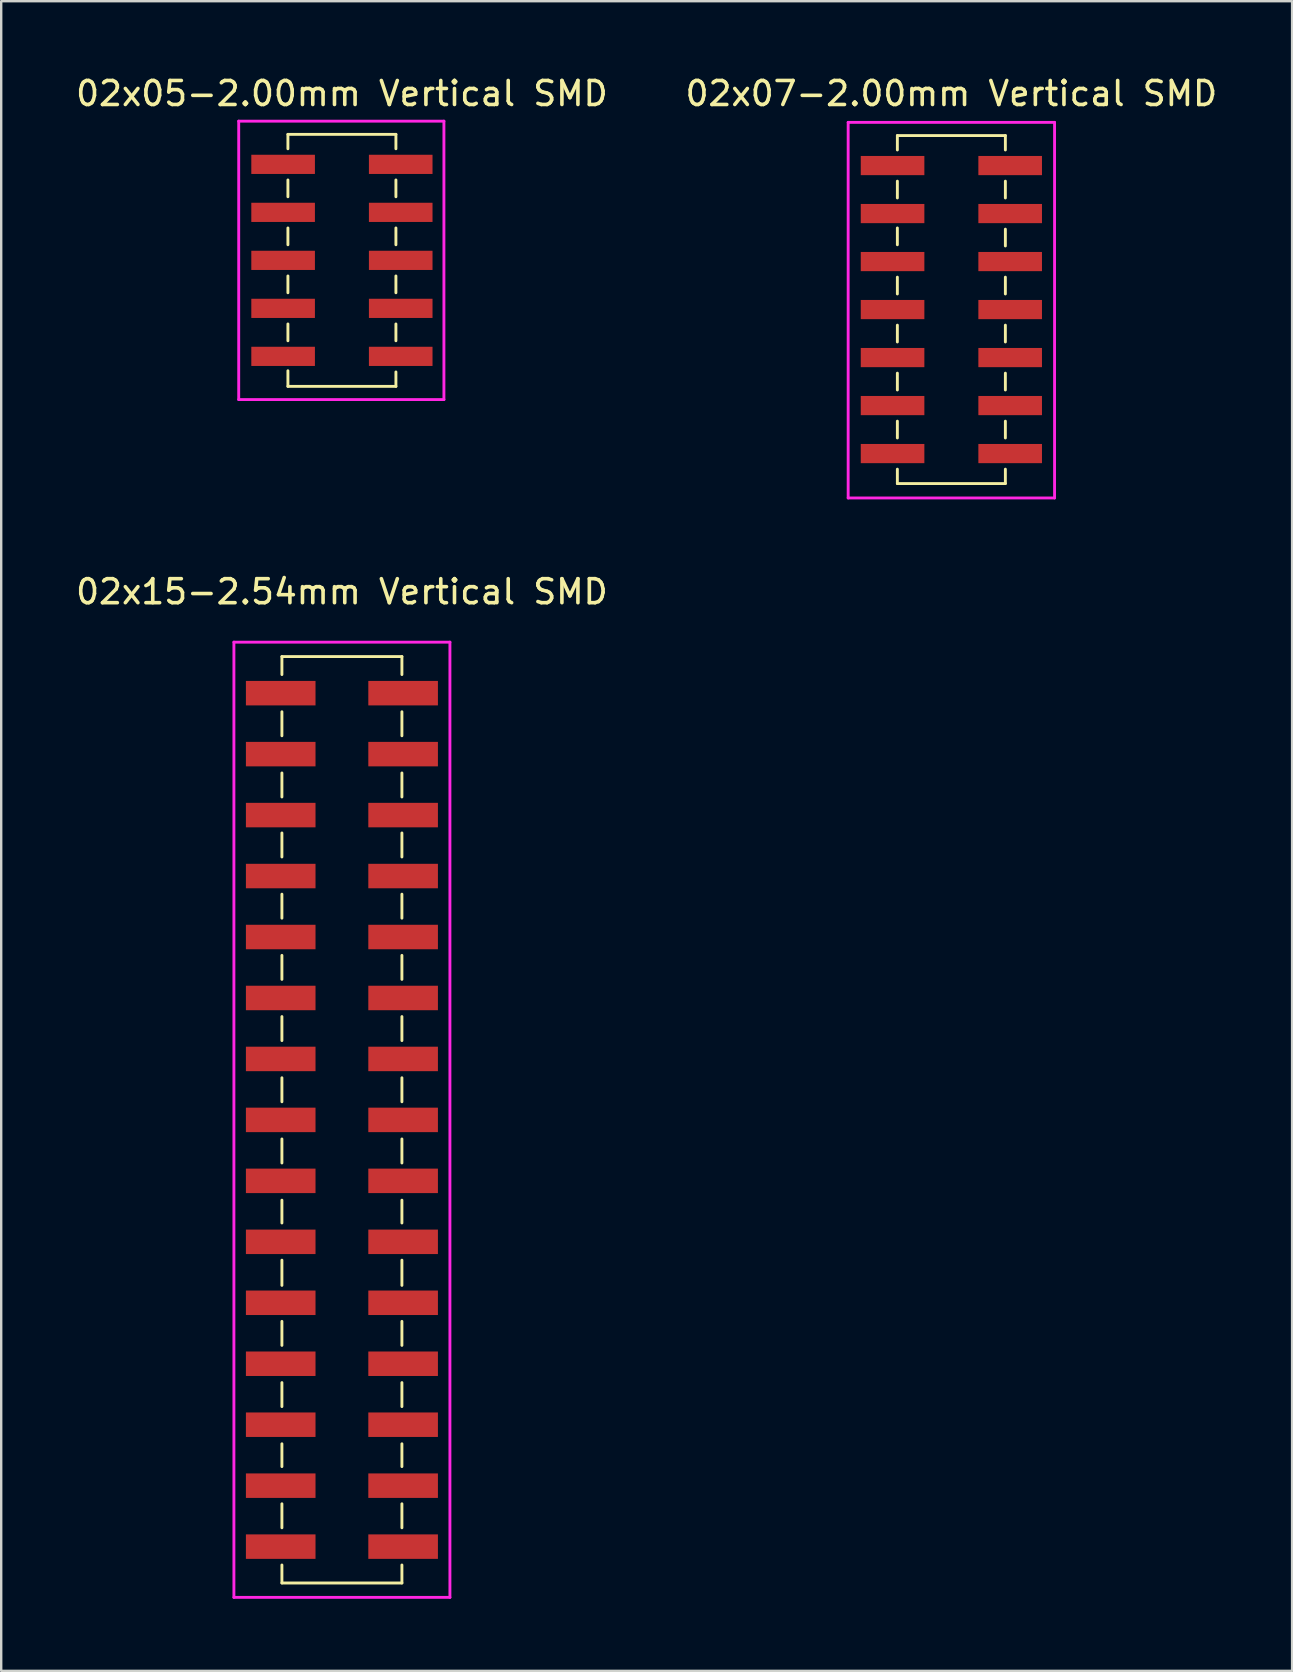
<source format=kicad_pcb>
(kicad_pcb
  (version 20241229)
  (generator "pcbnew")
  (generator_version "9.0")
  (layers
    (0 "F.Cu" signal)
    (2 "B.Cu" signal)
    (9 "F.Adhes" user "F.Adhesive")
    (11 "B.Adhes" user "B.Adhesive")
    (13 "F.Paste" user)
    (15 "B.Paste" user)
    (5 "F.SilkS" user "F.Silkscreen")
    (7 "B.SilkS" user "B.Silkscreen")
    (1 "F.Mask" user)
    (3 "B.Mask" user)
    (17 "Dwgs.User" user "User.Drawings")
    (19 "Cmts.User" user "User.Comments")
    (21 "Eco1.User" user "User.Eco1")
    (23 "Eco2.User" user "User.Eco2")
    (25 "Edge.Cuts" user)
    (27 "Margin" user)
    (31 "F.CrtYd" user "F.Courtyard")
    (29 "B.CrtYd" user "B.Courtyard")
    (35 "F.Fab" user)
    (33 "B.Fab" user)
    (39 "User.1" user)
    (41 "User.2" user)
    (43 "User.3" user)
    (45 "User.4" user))
  (footprint "02x05-2.00mm Vertical SMD"
    (layer "F.Cu")
    (at 11.196 7.798)
    (property "Reference" "02x05-2.00mm Vertical SMD" (at 0 -6.95 0) (layer "F.SilkS") (effects (font (size 1 1) (thickness 0.15))))
    (attr through_hole)
    (fp_line (start -2.25 -5.25) (end 2.25 -5.25) (stroke (width 0.12) (type solid)) (layer "F.SilkS"))
    (fp_line (start -2.25 -4.65) (end -2.25 -5.25) (stroke (width 0.12) (type solid)) (layer "F.SilkS"))
    (fp_line (start -2.25 -2.65) (end -2.25 -3.35) (stroke (width 0.12) (type solid)) (layer "F.SilkS"))
    (fp_line (start -2.25 -0.65) (end -2.25 -1.35) (stroke (width 0.12) (type solid)) (layer "F.SilkS"))
    (fp_line (start -2.25 1.35) (end -2.25 0.65) (stroke (width 0.12) (type solid)) (layer "F.SilkS"))
    (fp_line (start -2.25 3.35) (end -2.25 2.65) (stroke (width 0.12) (type solid)) (layer "F.SilkS"))
    (fp_line (start -2.25 4.6) (end -2.25 5.25) (stroke (width 0.12) (type solid)) (layer "F.SilkS"))
    (fp_line (start -2.25 5.25) (end 2.25 5.25) (stroke (width 0.12) (type solid)) (layer "F.SilkS"))
    (fp_line (start 2.25 -5.25) (end 2.25 -4.65) (stroke (width 0.12) (type solid)) (layer "F.SilkS"))
    (fp_line (start 2.25 -2.65) (end 2.25 -3.35) (stroke (width 0.12) (type solid)) (layer "F.SilkS"))
    (fp_line (start 2.25 -0.65) (end 2.25 -1.35) (stroke (width 0.12) (type solid)) (layer "F.SilkS"))
    (fp_line (start 2.25 1.35) (end 2.25 0.65) (stroke (width 0.12) (type solid)) (layer "F.SilkS"))
    (fp_line (start 2.25 3.35) (end 2.25 2.65) (stroke (width 0.12) (type solid)) (layer "F.SilkS"))
    (fp_line (start 2.25 5.25) (end 2.25 4.65) (stroke (width 0.12) (type solid)) (layer "F.SilkS"))
    (fp_line (start -4.3 -5.8) (end 4.25 -5.8) (stroke (width 0.12) (type solid)) (layer "F.CrtYd"))
    (fp_line (start -4.3 5.8) (end -4.3 -5.8) (stroke (width 0.12) (type solid)) (layer "F.CrtYd"))
    (fp_line (start 4.25 -5.8) (end 4.25 5.8) (stroke (width 0.12) (type solid)) (layer "F.CrtYd"))
    (fp_line (start 4.25 5.8) (end -4.3 5.8) (stroke (width 0.12) (type solid)) (layer "F.CrtYd"))
    (pad "1" smd rect (at -2.45 -4) (size 2.65 0.8) (layers "F.Cu" "F.Mask" "F.Paste"))
    (pad "2" smd rect (at 2.45 -4) (size 2.65 0.8) (layers "F.Cu" "F.Mask" "F.Paste"))
    (pad "3" smd rect (at -2.45 -2) (size 2.65 0.8) (layers "F.Cu" "F.Mask" "F.Paste"))
    (pad "4" smd rect (at 2.45 -2) (size 2.65 0.8) (layers "F.Cu" "F.Mask" "F.Paste"))
    (pad "5" smd rect (at -2.45 0) (size 2.65 0.8) (layers "F.Cu" "F.Mask" "F.Paste"))
    (pad "6" smd rect (at 2.45 0) (size 2.65 0.8) (layers "F.Cu" "F.Mask" "F.Paste"))
    (pad "7" smd rect (at -2.45 2) (size 2.65 0.8) (layers "F.Cu" "F.Mask" "F.Paste"))
    (pad "8" smd rect (at 2.45 2) (size 2.65 0.8) (layers "F.Cu" "F.Mask" "F.Paste"))
    (pad "9" smd rect (at -2.45 4) (size 2.65 0.8) (layers "F.Cu" "F.Mask" "F.Paste"))
    (pad "10" smd rect (at 2.45 4) (size 2.65 0.8) (layers "F.Cu" "F.Mask" "F.Paste")))
  (footprint "02x15-2.54mm Vertical SMD"
    (layer "F.Cu")
    (at 11.196 43.606)
    (property "Reference" "02x15-2.54mm Vertical SMD" (at 0 -22 0) (layer "F.SilkS") (effects (font (size 1 1) (thickness 0.15))))
    (attr through_hole)
    (fp_line (start -2.5 -19.3) (end 2.5 -19.3) (stroke (width 0.12) (type solid)) (layer "F.SilkS"))
    (fp_line (start -2.5 -18.55) (end -2.5 -19.3) (stroke (width 0.12) (type solid)) (layer "F.SilkS"))
    (fp_line (start -2.5 -16) (end -2.5 -17) (stroke (width 0.12) (type solid)) (layer "F.SilkS"))
    (fp_line (start -2.5 -13.45) (end -2.5 -14.45) (stroke (width 0.12) (type solid)) (layer "F.SilkS"))
    (fp_line (start -2.5 -10.95) (end -2.5 -11.95) (stroke (width 0.12) (type solid)) (layer "F.SilkS"))
    (fp_line (start -2.5 -8.4) (end -2.5 -9.4) (stroke (width 0.12) (type solid)) (layer "F.SilkS"))
    (fp_line (start -2.5 -5.85) (end -2.5 -6.85) (stroke (width 0.12) (type solid)) (layer "F.SilkS"))
    (fp_line (start -2.5 -3.3) (end -2.5 -4.3) (stroke (width 0.12) (type solid)) (layer "F.SilkS"))
    (fp_line (start -2.5 -0.75) (end -2.5 -1.75) (stroke (width 0.12) (type solid)) (layer "F.SilkS"))
    (fp_line (start -2.5 1.8) (end -2.5 0.8) (stroke (width 0.12) (type solid)) (layer "F.SilkS"))
    (fp_line (start -2.5 4.3) (end -2.5 3.35) (stroke (width 0.12) (type solid)) (layer "F.SilkS"))
    (fp_line (start -2.5 6.9) (end -2.5 5.85) (stroke (width 0.12) (type solid)) (layer "F.SilkS"))
    (fp_line (start -2.5 8.4) (end -2.5 9.4) (stroke (width 0.12) (type solid)) (layer "F.SilkS"))
    (fp_line (start -2.5 10.95) (end -2.5 11.95) (stroke (width 0.12) (type solid)) (layer "F.SilkS"))
    (fp_line (start -2.5 13.5) (end -2.5 14.45) (stroke (width 0.12) (type solid)) (layer "F.SilkS"))
    (fp_line (start -2.5 16) (end -2.5 17) (stroke (width 0.12) (type solid)) (layer "F.SilkS"))
    (fp_line (start -2.5 18.55) (end -2.5 19.3) (stroke (width 0.12) (type solid)) (layer "F.SilkS"))
    (fp_line (start -2.5 19.3) (end 2.5 19.3) (stroke (width 0.12) (type solid)) (layer "F.SilkS"))
    (fp_line (start 2.5 -19.3) (end 2.5 -18.55) (stroke (width 0.12) (type solid)) (layer "F.SilkS"))
    (fp_line (start 2.5 -16) (end 2.5 -17) (stroke (width 0.12) (type solid)) (layer "F.SilkS"))
    (fp_line (start 2.5 -13.45) (end 2.5 -14.45) (stroke (width 0.12) (type solid)) (layer "F.SilkS"))
    (fp_line (start 2.5 -10.95) (end 2.5 -11.95) (stroke (width 0.12) (type solid)) (layer "F.SilkS"))
    (fp_line (start 2.5 -8.4) (end 2.5 -9.4) (stroke (width 0.12) (type solid)) (layer "F.SilkS"))
    (fp_line (start 2.5 -5.85) (end 2.5 -6.85) (stroke (width 0.12) (type solid)) (layer "F.SilkS"))
    (fp_line (start 2.5 -3.3) (end 2.5 -4.3) (stroke (width 0.12) (type solid)) (layer "F.SilkS"))
    (fp_line (start 2.5 -0.75) (end 2.5 -1.75) (stroke (width 0.12) (type solid)) (layer "F.SilkS"))
    (fp_line (start 2.5 1.8) (end 2.5 0.8) (stroke (width 0.12) (type solid)) (layer "F.SilkS"))
    (fp_line (start 2.5 4.3) (end 2.5 3.35) (stroke (width 0.12) (type solid)) (layer "F.SilkS"))
    (fp_line (start 2.5 6.9) (end 2.5 5.85) (stroke (width 0.12) (type solid)) (layer "F.SilkS"))
    (fp_line (start 2.5 8.4) (end 2.5 9.4) (stroke (width 0.12) (type solid)) (layer "F.SilkS"))
    (fp_line (start 2.5 10.95) (end 2.5 11.95) (stroke (width 0.12) (type solid)) (layer "F.SilkS"))
    (fp_line (start 2.5 13.5) (end 2.5 14.45) (stroke (width 0.12) (type solid)) (layer "F.SilkS"))
    (fp_line (start 2.5 16) (end 2.5 17) (stroke (width 0.12) (type solid)) (layer "F.SilkS"))
    (fp_line (start 2.5 19.3) (end 2.5 18.55) (stroke (width 0.12) (type solid)) (layer "F.SilkS"))
    (fp_line (start -4.5 -19.9) (end 4.5 -19.9) (stroke (width 0.12) (type solid)) (layer "F.CrtYd"))
    (fp_line (start -4.5 19.9) (end -4.5 -19.9) (stroke (width 0.12) (type solid)) (layer "F.CrtYd"))
    (fp_line (start 4.5 -19.9) (end 4.5 19.9) (stroke (width 0.12) (type solid)) (layer "F.CrtYd"))
    (fp_line (start 4.5 19.9) (end -4.5 19.9) (stroke (width 0.12) (type solid)) (layer "F.CrtYd"))
    (pad "1" smd rect (at -2.55 -17.775) (size 2.9 1.02) (layers "F.Cu" "F.Mask" "F.Paste"))
    (pad "2" smd rect (at 2.55 -17.775) (size 2.9 1.02) (layers "F.Cu" "F.Mask" "F.Paste"))
    (pad "3" smd rect (at -2.55 -15.235) (size 2.9 1.02) (layers "F.Cu" "F.Mask" "F.Paste"))
    (pad "4" smd rect (at 2.55 -15.235) (size 2.9 1.02) (layers "F.Cu" "F.Mask" "F.Paste"))
    (pad "5" smd rect (at -2.55 -12.695) (size 2.9 1.02) (layers "F.Cu" "F.Mask" "F.Paste"))
    (pad "6" smd rect (at 2.55 -12.695) (size 2.9 1.02) (layers "F.Cu" "F.Mask" "F.Paste"))
    (pad "7" smd rect (at -2.55 -10.155) (size 2.9 1.02) (layers "F.Cu" "F.Mask" "F.Paste"))
    (pad "8" smd rect (at 2.55 -10.155) (size 2.9 1.02) (layers "F.Cu" "F.Mask" "F.Paste"))
    (pad "9" smd rect (at -2.55 -7.615) (size 2.9 1.02) (layers "F.Cu" "F.Mask" "F.Paste"))
    (pad "10" smd rect (at 2.55 -7.615) (size 2.9 1.02) (layers "F.Cu" "F.Mask" "F.Paste"))
    (pad "11" smd rect (at -2.55 -5.075) (size 2.9 1.02) (layers "F.Cu" "F.Mask" "F.Paste"))
    (pad "12" smd rect (at 2.55 -5.075) (size 2.9 1.02) (layers "F.Cu" "F.Mask" "F.Paste"))
    (pad "13" smd rect (at -2.55 -2.535) (size 2.9 1.02) (layers "F.Cu" "F.Mask" "F.Paste"))
    (pad "14" smd rect (at 2.55 -2.535) (size 2.9 1.02) (layers "F.Cu" "F.Mask" "F.Paste"))
    (pad "15" smd rect (at -2.55 0.005) (size 2.9 1.02) (layers "F.Cu" "F.Mask" "F.Paste"))
    (pad "16" smd rect (at 2.55 0.005) (size 2.9 1.02) (layers "F.Cu" "F.Mask" "F.Paste"))
    (pad "17" smd rect (at -2.55 2.545) (size 2.9 1.02) (layers "F.Cu" "F.Mask" "F.Paste"))
    (pad "18" smd rect (at 2.55 2.545) (size 2.9 1.02) (layers "F.Cu" "F.Mask" "F.Paste"))
    (pad "19" smd rect (at -2.55 5.085) (size 2.9 1.02) (layers "F.Cu" "F.Mask" "F.Paste"))
    (pad "20" smd rect (at 2.55 5.085) (size 2.9 1.02) (layers "F.Cu" "F.Mask" "F.Paste"))
    (pad "21" smd rect (at -2.55 7.625) (size 2.9 1.02) (layers "F.Cu" "F.Mask" "F.Paste"))
    (pad "22" smd rect (at 2.55 7.625) (size 2.9 1.02) (layers "F.Cu" "F.Mask" "F.Paste"))
    (pad "23" smd rect (at -2.55 10.165) (size 2.9 1.02) (layers "F.Cu" "F.Mask" "F.Paste"))
    (pad "24" smd rect (at 2.55 10.165) (size 2.9 1.02) (layers "F.Cu" "F.Mask" "F.Paste"))
    (pad "25" smd rect (at -2.55 12.705) (size 2.9 1.02) (layers "F.Cu" "F.Mask" "F.Paste"))
    (pad "26" smd rect (at 2.55 12.705) (size 2.9 1.02) (layers "F.Cu" "F.Mask" "F.Paste"))
    (pad "27" smd rect (at -2.55 15.245) (size 2.9 1.02) (layers "F.Cu" "F.Mask" "F.Paste"))
    (pad "28" smd rect (at 2.55 15.245) (size 2.9 1.02) (layers "F.Cu" "F.Mask" "F.Paste"))
    (pad "29" smd rect (at -2.55 17.785) (size 2.9 1.02) (layers "F.Cu" "F.Mask" "F.Paste"))
    (pad "30" smd rect (at 2.55 17.785) (size 2.9 1.02) (layers "F.Cu" "F.Mask" "F.Paste")))
  (footprint "02x07-2.00mm Vertical SMD"
    (layer "F.Cu")
    (at 36.589 9.848)
    (property "Reference" "02x07-2.00mm Vertical SMD" (at 0 -9 0) (layer "F.SilkS") (effects (font (size 1 1) (thickness 0.15))))
    (attr through_hole)
    (fp_line (start -2.25 -7.25) (end 2.25 -7.25) (stroke (width 0.12) (type solid)) (layer "F.SilkS"))
    (fp_line (start -2.25 -6.65) (end -2.25 -7.25) (stroke (width 0.12) (type solid)) (layer "F.SilkS"))
    (fp_line (start -2.25 -5.35) (end -2.25 -4.65) (stroke (width 0.12) (type solid)) (layer "F.SilkS"))
    (fp_line (start -2.25 -3.4) (end -2.25 -2.7) (stroke (width 0.12) (type solid)) (layer "F.SilkS"))
    (fp_line (start -2.25 -1.35) (end -2.25 -0.65) (stroke (width 0.12) (type solid)) (layer "F.SilkS"))
    (fp_line (start -2.25 0.65) (end -2.25 1.35) (stroke (width 0.12) (type solid)) (layer "F.SilkS"))
    (fp_line (start -2.25 2.65) (end -2.25 3.35) (stroke (width 0.12) (type solid)) (layer "F.SilkS"))
    (fp_line (start -2.25 4.65) (end -2.25 5.35) (stroke (width 0.12) (type solid)) (layer "F.SilkS"))
    (fp_line (start -2.25 6.65) (end -2.25 7.25) (stroke (width 0.12) (type solid)) (layer "F.SilkS"))
    (fp_line (start -2.25 7.25) (end 2.25 7.25) (stroke (width 0.12) (type solid)) (layer "F.SilkS"))
    (fp_line (start 2.25 -7.25) (end 2.25 -6.65) (stroke (width 0.12) (type solid)) (layer "F.SilkS"))
    (fp_line (start 2.25 -5.35) (end 2.25 -4.65) (stroke (width 0.12) (type solid)) (layer "F.SilkS"))
    (fp_line (start 2.25 -3.35) (end 2.25 -2.65) (stroke (width 0.12) (type solid)) (layer "F.SilkS"))
    (fp_line (start 2.25 -1.35) (end 2.25 -0.65) (stroke (width 0.12) (type solid)) (layer "F.SilkS"))
    (fp_line (start 2.25 0.65) (end 2.25 1.35) (stroke (width 0.12) (type solid)) (layer "F.SilkS"))
    (fp_line (start 2.25 2.65) (end 2.25 3.35) (stroke (width 0.12) (type solid)) (layer "F.SilkS"))
    (fp_line (start 2.25 4.65) (end 2.25 5.35) (stroke (width 0.12) (type solid)) (layer "F.SilkS"))
    (fp_line (start 2.25 7.25) (end 2.25 6.65) (stroke (width 0.12) (type solid)) (layer "F.SilkS"))
    (fp_line (start -4.3 -7.8) (end 4.3 -7.8) (stroke (width 0.12) (type solid)) (layer "F.CrtYd"))
    (fp_line (start -4.3 7.85) (end -4.3 -7.8) (stroke (width 0.12) (type solid)) (layer "F.CrtYd"))
    (fp_line (start 4.3 -7.8) (end 4.3 7.85) (stroke (width 0.12) (type solid)) (layer "F.CrtYd"))
    (fp_line (start 4.3 7.85) (end -4.3 7.85) (stroke (width 0.12) (type solid)) (layer "F.CrtYd"))
    (pad "1" smd rect (at -2.45 -6) (size 2.65 0.8) (layers "F.Cu" "F.Mask" "F.Paste"))
    (pad "2" smd rect (at 2.45 -6) (size 2.65 0.8) (layers "F.Cu" "F.Mask" "F.Paste"))
    (pad "3" smd rect (at -2.45 -4) (size 2.65 0.8) (layers "F.Cu" "F.Mask" "F.Paste"))
    (pad "4" smd rect (at 2.45 -4) (size 2.65 0.8) (layers "F.Cu" "F.Mask" "F.Paste"))
    (pad "5" smd rect (at -2.45 -2) (size 2.65 0.8) (layers "F.Cu" "F.Mask" "F.Paste"))
    (pad "6" smd rect (at 2.45 -2) (size 2.65 0.8) (layers "F.Cu" "F.Mask" "F.Paste"))
    (pad "7" smd rect (at -2.45 0) (size 2.65 0.8) (layers "F.Cu" "F.Mask" "F.Paste"))
    (pad "8" smd rect (at 2.45 0) (size 2.65 0.8) (layers "F.Cu" "F.Mask" "F.Paste"))
    (pad "9" smd rect (at -2.45 2) (size 2.65 0.8) (layers "F.Cu" "F.Mask" "F.Paste"))
    (pad "10" smd rect (at 2.45 2) (size 2.65 0.8) (layers "F.Cu" "F.Mask" "F.Paste"))
    (pad "11" smd rect (at -2.45 4) (size 2.65 0.8) (layers "F.Cu" "F.Mask" "F.Paste"))
    (pad "12" smd rect (at 2.45 4) (size 2.65 0.8) (layers "F.Cu" "F.Mask" "F.Paste"))
    (pad "13" smd rect (at -2.45 6) (size 2.65 0.8) (layers "F.Cu" "F.Mask" "F.Paste"))
    (pad "14" smd rect (at 2.45 6) (size 2.65 0.8) (layers "F.Cu" "F.Mask" "F.Paste")))
  (gr_rect
    (start -3 -3)
    (end 50.786 66.567)
    (stroke (width 0.1) (type default))
    (fill no)
    (layer "Edge.Cuts")))
</source>
